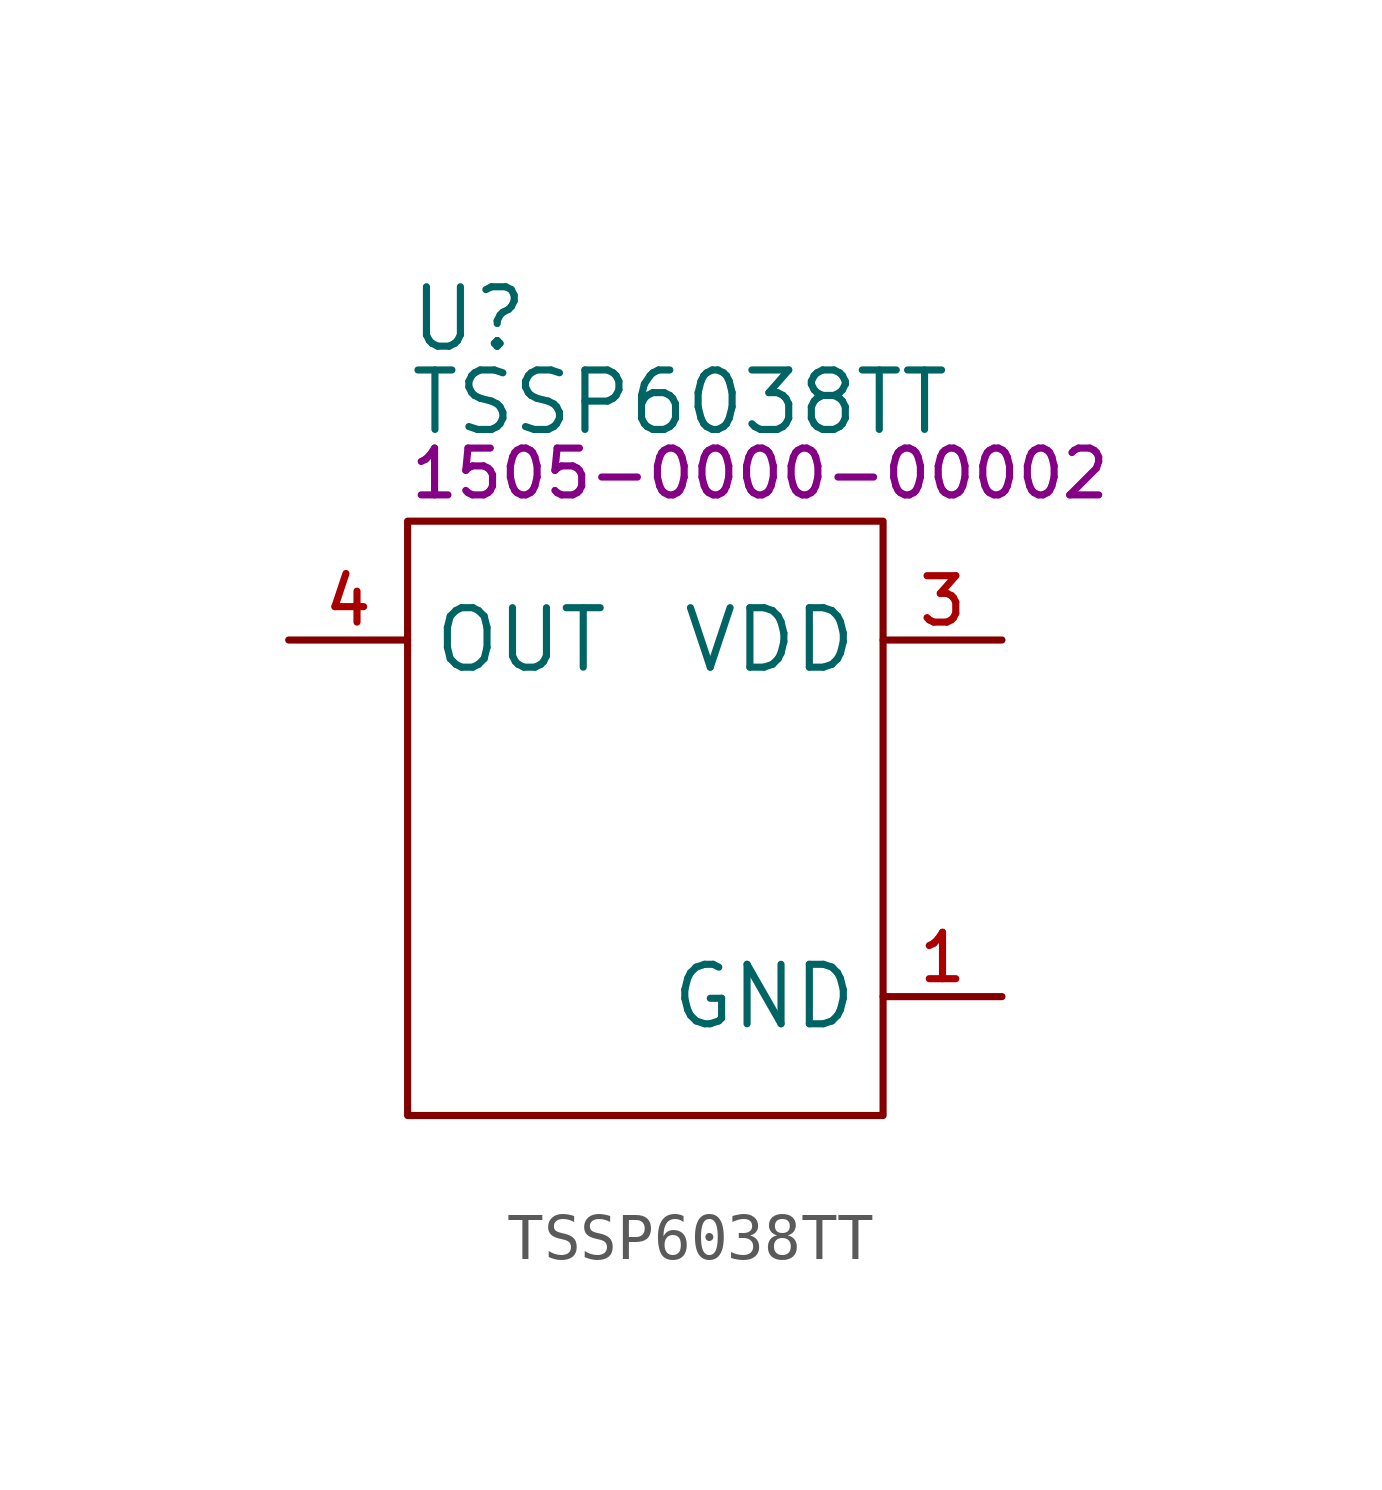
<source format=kicad_sym>
(kicad_symbol_lib
  (version 20231120)
  (generator "kicad_symbol_editor")
  (generator_version "8.0")
  (symbol "TSSP6038TT"
    (property "Reference" "U"
      (at 0 4.318 0)
      (effects (font (size 1.27 1.27)) (justify left)))
    (property "Value" "TSSP6038TT"
      (at 0 2.54 0)
      (effects (font (size 1.27 1.27)) (justify left)))
    (property "PartNumber" "1505-0000-00002"
      (at 0 1.016 0)
      (effects (font (size 1 1)) (justify left)))
    (symbol "TSSP6038TT_0_0"
      (pin power_in line (at 12.7 -10.16 180) (length 2.54) (name "GND" (effects (font (size 1.27 1.27)))) (number "1" (effects (font (size 0.991 0.991)))))
      (pin power_in line (at 12.7 -2.54 180) (length 2.54) (name "VDD" (effects (font (size 1.27 1.27)))) (number "3" (effects (font (size 0.991 0.991)))))
      (pin output line (at -2.54 -2.54 0) (length 2.54) (name "OUT" (effects (font (size 1.27 1.27)))) (number "4" (effects (font (size 0.991 0.991))))))
    (symbol "TSSP6038TT_0_1"
      (rectangle (start 0 0) (end 10.16 -12.7) (stroke (width 0) (type default)) (fill (type none))))
    (symbol "TSSP6038TT_1_0"
      (pin no_connect line (at 2.54 -7.62 0) (length 2.54) hide (name "NC" (effects (font (size 1.27 1.27)))) (number "2" (effects (font (size 0.991 0.991))))))))
</source>
